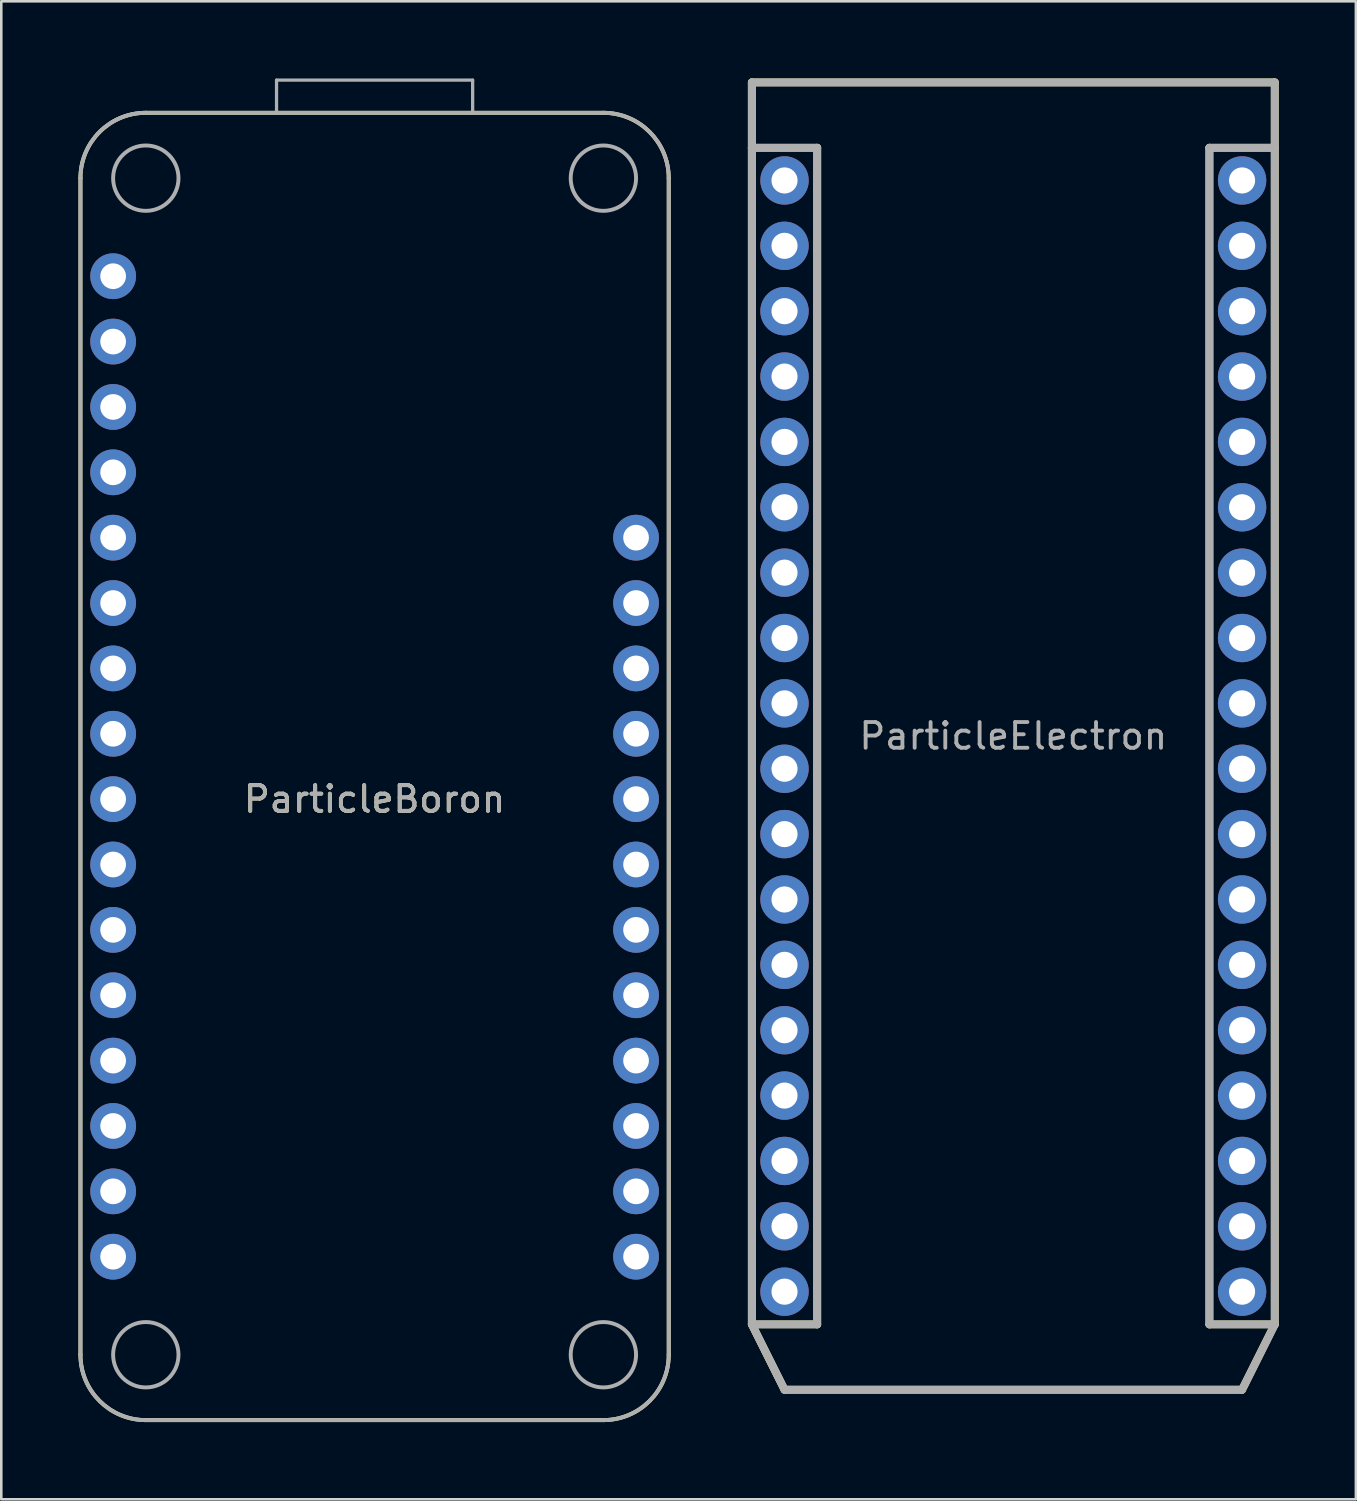
<source format=kicad_pcb>
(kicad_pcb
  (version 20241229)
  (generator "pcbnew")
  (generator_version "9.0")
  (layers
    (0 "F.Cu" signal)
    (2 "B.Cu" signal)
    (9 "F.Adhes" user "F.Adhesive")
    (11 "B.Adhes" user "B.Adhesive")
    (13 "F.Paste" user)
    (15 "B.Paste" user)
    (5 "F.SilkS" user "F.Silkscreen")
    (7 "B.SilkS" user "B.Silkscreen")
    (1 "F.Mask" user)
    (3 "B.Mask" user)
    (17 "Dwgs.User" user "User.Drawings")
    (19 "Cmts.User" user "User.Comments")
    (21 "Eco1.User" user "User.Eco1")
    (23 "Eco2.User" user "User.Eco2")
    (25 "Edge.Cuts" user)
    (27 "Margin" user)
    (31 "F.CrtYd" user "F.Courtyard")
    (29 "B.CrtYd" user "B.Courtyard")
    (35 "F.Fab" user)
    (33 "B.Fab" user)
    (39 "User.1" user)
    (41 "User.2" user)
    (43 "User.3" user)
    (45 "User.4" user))
  (footprint "ParticleElectron"
    (layer "F.Cu")
    (at 36.325 24.282)
    (property "Reference" "ParticleElectron" (at 0 1.27 0) (layer "F.Fab") (effects (font (size 1 1) (thickness 0.15))))
    (attr through_hole)
    (fp_line (start -10.16 -24.13) (end -10.16 -21.59) (stroke (width 0.305) (type solid)) (layer "F.SilkS"))
    (fp_line (start -10.16 -21.59) (end -10.16 24.13) (stroke (width 0.305) (type solid)) (layer "F.SilkS"))
    (fp_line (start -10.16 24.13) (end -8.89 26.67) (stroke (width 0.305) (type solid)) (layer "F.SilkS"))
    (fp_line (start -10.16 24.13) (end -7.62 24.13) (stroke (width 0.305) (type solid)) (layer "F.SilkS"))
    (fp_line (start -8.89 26.67) (end 8.89 26.67) (stroke (width 0.305) (type solid)) (layer "F.SilkS"))
    (fp_line (start -7.62 -21.59) (end -10.16 -21.59) (stroke (width 0.305) (type solid)) (layer "F.SilkS"))
    (fp_line (start -7.62 24.13) (end -7.62 -21.59) (stroke (width 0.305) (type solid)) (layer "F.SilkS"))
    (fp_line (start 7.62 -21.59) (end 10.16 -21.59) (stroke (width 0.305) (type solid)) (layer "F.SilkS"))
    (fp_line (start 7.62 24.13) (end 7.62 -21.59) (stroke (width 0.305) (type solid)) (layer "F.SilkS"))
    (fp_line (start 8.89 26.67) (end 10.16 24.13) (stroke (width 0.305) (type solid)) (layer "F.SilkS"))
    (fp_line (start 10.16 -24.13) (end -10.16 -24.13) (stroke (width 0.305) (type solid)) (layer "F.SilkS"))
    (fp_line (start 10.16 -21.59) (end 10.16 -24.13) (stroke (width 0.305) (type solid)) (layer "F.SilkS"))
    (fp_line (start 10.16 -21.59) (end 10.16 24.13) (stroke (width 0.305) (type solid)) (layer "F.SilkS"))
    (fp_line (start 10.16 24.13) (end 7.62 24.13) (stroke (width 0.305) (type solid)) (layer "F.SilkS"))
    (fp_line (start -10.16 -24.13) (end 10.16 -24.13) (stroke (width 0.305) (type solid)) (layer "F.Fab"))
    (fp_line (start -10.16 -21.59) (end -10.16 -24.13) (stroke (width 0.305) (type solid)) (layer "F.Fab"))
    (fp_line (start -10.16 -21.59) (end -7.62 -21.59) (stroke (width 0.305) (type solid)) (layer "F.Fab"))
    (fp_line (start -10.16 24.13) (end -10.16 -21.59) (stroke (width 0.305) (type solid)) (layer "F.Fab"))
    (fp_line (start -10.16 24.13) (end -8.89 26.67) (stroke (width 0.305) (type solid)) (layer "F.Fab"))
    (fp_line (start -8.89 26.67) (end 8.89 26.67) (stroke (width 0.305) (type solid)) (layer "F.Fab"))
    (fp_line (start -7.62 -21.59) (end -7.62 24.13) (stroke (width 0.305) (type solid)) (layer "F.Fab"))
    (fp_line (start -7.62 24.13) (end -10.16 24.13) (stroke (width 0.305) (type solid)) (layer "F.Fab"))
    (fp_line (start 7.62 -21.59) (end 10.16 -21.59) (stroke (width 0.305) (type solid)) (layer "F.Fab"))
    (fp_line (start 7.62 24.13) (end 7.62 -21.59) (stroke (width 0.305) (type solid)) (layer "F.Fab"))
    (fp_line (start 8.89 26.67) (end 10.16 24.13) (stroke (width 0.305) (type solid)) (layer "F.Fab"))
    (fp_line (start 10.16 -24.13) (end 10.16 -21.59) (stroke (width 0.305) (type solid)) (layer "F.Fab"))
    (fp_line (start 10.16 -21.59) (end 10.16 24.13) (stroke (width 0.305) (type solid)) (layer "F.Fab"))
    (fp_line (start 10.16 24.13) (end 7.62 24.13) (stroke (width 0.305) (type solid)) (layer "F.Fab"))
    (fp_poly (pts (xy -9.144 -20.574) (xy -8.636 -20.574) (xy -8.636 -20.066) (xy -9.144 -20.066)) (stroke (width 0.01) (type solid)) (fill no) (layer "F.Fab"))
    (fp_poly (pts (xy -9.144 -18.034) (xy -8.636 -18.034) (xy -8.636 -17.526) (xy -9.144 -17.526)) (stroke (width 0.01) (type solid)) (fill no) (layer "F.Fab"))
    (fp_poly (pts (xy -9.144 -15.494) (xy -8.636 -15.494) (xy -8.636 -14.986) (xy -9.144 -14.986)) (stroke (width 0.01) (type solid)) (fill no) (layer "F.Fab"))
    (fp_poly (pts (xy -9.144 -12.954) (xy -8.636 -12.954) (xy -8.636 -12.446) (xy -9.144 -12.446)) (stroke (width 0.01) (type solid)) (fill no) (layer "F.Fab"))
    (fp_poly (pts (xy -9.144 -10.414) (xy -8.636 -10.414) (xy -8.636 -9.906) (xy -9.144 -9.906)) (stroke (width 0.01) (type solid)) (fill no) (layer "F.Fab"))
    (fp_poly (pts (xy -9.144 -7.874) (xy -8.636 -7.874) (xy -8.636 -7.366) (xy -9.144 -7.366)) (stroke (width 0.01) (type solid)) (fill no) (layer "F.Fab"))
    (fp_poly (pts (xy -9.144 -5.334) (xy -8.636 -5.334) (xy -8.636 -4.826) (xy -9.144 -4.826)) (stroke (width 0.01) (type solid)) (fill no) (layer "F.Fab"))
    (fp_poly (pts (xy -9.144 -2.794) (xy -8.636 -2.794) (xy -8.636 -2.286) (xy -9.144 -2.286)) (stroke (width 0.01) (type solid)) (fill no) (layer "F.Fab"))
    (fp_poly (pts (xy -9.144 -0.254) (xy -8.636 -0.254) (xy -8.636 0.254) (xy -9.144 0.254)) (stroke (width 0.01) (type solid)) (fill no) (layer "F.Fab"))
    (fp_poly (pts (xy -9.144 2.286) (xy -8.636 2.286) (xy -8.636 2.794) (xy -9.144 2.794)) (stroke (width 0.01) (type solid)) (fill no) (layer "F.Fab"))
    (fp_poly (pts (xy -9.144 4.826) (xy -8.636 4.826) (xy -8.636 5.334) (xy -9.144 5.334)) (stroke (width 0.01) (type solid)) (fill no) (layer "F.Fab"))
    (fp_poly (pts (xy -9.144 7.366) (xy -8.636 7.366) (xy -8.636 7.874) (xy -9.144 7.874)) (stroke (width 0.01) (type solid)) (fill no) (layer "F.Fab"))
    (fp_poly (pts (xy -9.144 9.906) (xy -8.636 9.906) (xy -8.636 10.414) (xy -9.144 10.414)) (stroke (width 0.01) (type solid)) (fill no) (layer "F.Fab"))
    (fp_poly (pts (xy -9.144 12.446) (xy -8.636 12.446) (xy -8.636 12.954) (xy -9.144 12.954)) (stroke (width 0.01) (type solid)) (fill no) (layer "F.Fab"))
    (fp_poly (pts (xy -9.144 14.986) (xy -8.636 14.986) (xy -8.636 15.494) (xy -9.144 15.494)) (stroke (width 0.01) (type solid)) (fill no) (layer "F.Fab"))
    (fp_poly (pts (xy -9.144 17.526) (xy -8.636 17.526) (xy -8.636 18.034) (xy -9.144 18.034)) (stroke (width 0.01) (type solid)) (fill no) (layer "F.Fab"))
    (fp_poly (pts (xy -9.144 20.066) (xy -8.636 20.066) (xy -8.636 20.574) (xy -9.144 20.574)) (stroke (width 0.01) (type solid)) (fill no) (layer "F.Fab"))
    (fp_poly (pts (xy -9.144 22.606) (xy -8.636 22.606) (xy -8.636 23.114) (xy -9.144 23.114)) (stroke (width 0.01) (type solid)) (fill no) (layer "F.Fab"))
    (fp_poly (pts (xy 8.636 -20.574) (xy 9.144 -20.574) (xy 9.144 -20.066) (xy 8.636 -20.066)) (stroke (width 0.01) (type solid)) (fill no) (layer "F.Fab"))
    (fp_poly (pts (xy 8.636 -18.034) (xy 9.144 -18.034) (xy 9.144 -17.526) (xy 8.636 -17.526)) (stroke (width 0.01) (type solid)) (fill no) (layer "F.Fab"))
    (fp_poly (pts (xy 8.636 -15.494) (xy 9.144 -15.494) (xy 9.144 -14.986) (xy 8.636 -14.986)) (stroke (width 0.01) (type solid)) (fill no) (layer "F.Fab"))
    (fp_poly (pts (xy 8.636 -12.954) (xy 9.144 -12.954) (xy 9.144 -12.446) (xy 8.636 -12.446)) (stroke (width 0.01) (type solid)) (fill no) (layer "F.Fab"))
    (fp_poly (pts (xy 8.636 -10.414) (xy 9.144 -10.414) (xy 9.144 -9.906) (xy 8.636 -9.906)) (stroke (width 0.01) (type solid)) (fill no) (layer "F.Fab"))
    (fp_poly (pts (xy 8.636 -7.874) (xy 9.144 -7.874) (xy 9.144 -7.366) (xy 8.636 -7.366)) (stroke (width 0.01) (type solid)) (fill no) (layer "F.Fab"))
    (fp_poly (pts (xy 8.636 -5.334) (xy 9.144 -5.334) (xy 9.144 -4.826) (xy 8.636 -4.826)) (stroke (width 0.01) (type solid)) (fill no) (layer "F.Fab"))
    (fp_poly (pts (xy 8.636 -2.794) (xy 9.144 -2.794) (xy 9.144 -2.286) (xy 8.636 -2.286)) (stroke (width 0.01) (type solid)) (fill no) (layer "F.Fab"))
    (fp_poly (pts (xy 8.636 -0.254) (xy 9.144 -0.254) (xy 9.144 0.254) (xy 8.636 0.254)) (stroke (width 0.01) (type solid)) (fill no) (layer "F.Fab"))
    (fp_poly (pts (xy 8.636 2.286) (xy 9.144 2.286) (xy 9.144 2.794) (xy 8.636 2.794)) (stroke (width 0.01) (type solid)) (fill no) (layer "F.Fab"))
    (fp_poly (pts (xy 8.636 4.826) (xy 9.144 4.826) (xy 9.144 5.334) (xy 8.636 5.334)) (stroke (width 0.01) (type solid)) (fill no) (layer "F.Fab"))
    (fp_poly (pts (xy 8.636 7.366) (xy 9.144 7.366) (xy 9.144 7.874) (xy 8.636 7.874)) (stroke (width 0.01) (type solid)) (fill no) (layer "F.Fab"))
    (fp_poly (pts (xy 8.636 9.906) (xy 9.144 9.906) (xy 9.144 10.414) (xy 8.636 10.414)) (stroke (width 0.01) (type solid)) (fill no) (layer "F.Fab"))
    (fp_poly (pts (xy 8.636 12.446) (xy 9.144 12.446) (xy 9.144 12.954) (xy 8.636 12.954)) (stroke (width 0.01) (type solid)) (fill no) (layer "F.Fab"))
    (fp_poly (pts (xy 8.636 14.986) (xy 9.144 14.986) (xy 9.144 15.494) (xy 8.636 15.494)) (stroke (width 0.01) (type solid)) (fill no) (layer "F.Fab"))
    (fp_poly (pts (xy 8.636 17.526) (xy 9.144 17.526) (xy 9.144 18.034) (xy 8.636 18.034)) (stroke (width 0.01) (type solid)) (fill no) (layer "F.Fab"))
    (fp_poly (pts (xy 8.636 20.066) (xy 9.144 20.066) (xy 9.144 20.574) (xy 8.636 20.574)) (stroke (width 0.01) (type solid)) (fill no) (layer "F.Fab"))
    (fp_poly (pts (xy 8.636 22.606) (xy 9.144 22.606) (xy 9.144 23.114) (xy 8.636 23.114)) (stroke (width 0.01) (type solid)) (fill no) (layer "F.Fab"))
    (pad "1" thru_hole circle (at -8.89 -20.32) (size 1.88 1.88) (drill 1.016) (layers "*.Cu" "*.Mask"))
    (pad "2" thru_hole circle (at -8.89 -17.78) (size 1.88 1.88) (drill 1.016) (layers "*.Cu" "*.Mask"))
    (pad "3" thru_hole circle (at -8.89 -15.24) (size 1.88 1.88) (drill 1.016) (layers "*.Cu" "*.Mask"))
    (pad "4" thru_hole circle (at -8.89 -12.7) (size 1.88 1.88) (drill 1.016) (layers "*.Cu" "*.Mask"))
    (pad "5" thru_hole circle (at -8.89 -10.16) (size 1.88 1.88) (drill 1.016) (layers "*.Cu" "*.Mask"))
    (pad "6" thru_hole circle (at -8.89 -7.62) (size 1.88 1.88) (drill 1.016) (layers "*.Cu" "*.Mask"))
    (pad "7" thru_hole circle (at -8.89 -5.08) (size 1.88 1.88) (drill 1.016) (layers "*.Cu" "*.Mask"))
    (pad "8" thru_hole circle (at -8.89 -2.54) (size 1.88 1.88) (drill 1.016) (layers "*.Cu" "*.Mask"))
    (pad "9" thru_hole circle (at -8.89 0) (size 1.88 1.88) (drill 1.016) (layers "*.Cu" "*.Mask"))
    (pad "10" thru_hole circle (at -8.89 2.54) (size 1.88 1.88) (drill 1.016) (layers "*.Cu" "*.Mask"))
    (pad "11" thru_hole circle (at -8.89 5.08) (size 1.88 1.88) (drill 1.016) (layers "*.Cu" "*.Mask"))
    (pad "12" thru_hole circle (at -8.89 7.62) (size 1.88 1.88) (drill 1.016) (layers "*.Cu" "*.Mask"))
    (pad "13" thru_hole circle (at -8.89 10.16) (size 1.88 1.88) (drill 1.016) (layers "*.Cu" "*.Mask"))
    (pad "14" thru_hole circle (at -8.89 12.7) (size 1.88 1.88) (drill 1.016) (layers "*.Cu" "*.Mask"))
    (pad "15" thru_hole circle (at -8.89 15.24) (size 1.88 1.88) (drill 1.016) (layers "*.Cu" "*.Mask"))
    (pad "16" thru_hole circle (at -8.89 17.78) (size 1.88 1.88) (drill 1.016) (layers "*.Cu" "*.Mask"))
    (pad "17" thru_hole circle (at -8.89 20.32) (size 1.88 1.88) (drill 1.016) (layers "*.Cu" "*.Mask"))
    (pad "18" thru_hole circle (at -8.89 22.86) (size 1.88 1.88) (drill 1.016) (layers "*.Cu" "*.Mask"))
    (pad "19" thru_hole circle (at 8.89 22.86) (size 1.88 1.88) (drill 1.016) (layers "*.Cu" "*.Mask"))
    (pad "20" thru_hole circle (at 8.89 20.32) (size 1.88 1.88) (drill 1.016) (layers "*.Cu" "*.Mask"))
    (pad "21" thru_hole circle (at 8.89 17.78) (size 1.88 1.88) (drill 1.016) (layers "*.Cu" "*.Mask"))
    (pad "22" thru_hole circle (at 8.89 15.24) (size 1.88 1.88) (drill 1.016) (layers "*.Cu" "*.Mask"))
    (pad "23" thru_hole circle (at 8.89 12.7) (size 1.88 1.88) (drill 1.016) (layers "*.Cu" "*.Mask"))
    (pad "24" thru_hole circle (at 8.89 10.16) (size 1.88 1.88) (drill 1.016) (layers "*.Cu" "*.Mask"))
    (pad "25" thru_hole circle (at 8.89 7.62) (size 1.88 1.88) (drill 1.016) (layers "*.Cu" "*.Mask"))
    (pad "26" thru_hole circle (at 8.89 5.08) (size 1.88 1.88) (drill 1.016) (layers "*.Cu" "*.Mask"))
    (pad "27" thru_hole circle (at 8.89 2.54) (size 1.88 1.88) (drill 1.016) (layers "*.Cu" "*.Mask"))
    (pad "28" thru_hole circle (at 8.89 0) (size 1.88 1.88) (drill 1.016) (layers "*.Cu" "*.Mask"))
    (pad "29" thru_hole circle (at 8.89 -2.54) (size 1.88 1.88) (drill 1.016) (layers "*.Cu" "*.Mask"))
    (pad "30" thru_hole circle (at 8.89 -5.08) (size 1.88 1.88) (drill 1.016) (layers "*.Cu" "*.Mask"))
    (pad "31" thru_hole circle (at 8.89 -7.62) (size 1.88 1.88) (drill 1.016) (layers "*.Cu" "*.Mask"))
    (pad "32" thru_hole circle (at 8.89 -10.16) (size 1.88 1.88) (drill 1.016) (layers "*.Cu" "*.Mask"))
    (pad "33" thru_hole circle (at 8.89 -12.7) (size 1.88 1.88) (drill 1.016) (layers "*.Cu" "*.Mask"))
    (pad "34" thru_hole circle (at 8.89 -15.24) (size 1.88 1.88) (drill 1.016) (layers "*.Cu" "*.Mask"))
    (pad "35" thru_hole circle (at 8.89 -17.78) (size 1.88 1.88) (drill 1.016) (layers "*.Cu" "*.Mask"))
    (pad "36" thru_hole circle (at 8.89 -20.32) (size 1.88 1.88) (drill 1.016) (layers "*.Cu" "*.Mask")))
  (footprint "ParticleBoron"
    (layer "F.Cu")
    (at 11.506 28.003)
    (property "Reference" "ParticleBoron" (at 0 0 0) (layer "F.SilkS") (effects (font (size 1 1) (thickness 0.15))))
    (attr through_hole)
    (fp_line (start -11.43 -24.13) (end -11.43 21.59) (stroke (width 0.152) (type solid)) (layer "F.SilkS"))
    (fp_line (start -8.89 24.13) (end 8.89 24.13) (stroke (width 0.152) (type solid)) (layer "F.SilkS"))
    (fp_line (start 8.89 -26.67) (end -8.89 -26.67) (stroke (width 0.152) (type solid)) (layer "F.SilkS"))
    (fp_line (start 11.43 21.59) (end 11.43 -24.13) (stroke (width 0.152) (type solid)) (layer "F.SilkS"))
    (fp_arc (start -11.43 -24.13) (mid -10.686051 -25.926051) (end -8.89 -26.67) (stroke (width 0.1524) (type solid)) (layer "F.SilkS"))
    (fp_arc (start -8.89 24.13) (mid -10.686051 23.386051) (end -11.43 21.59) (stroke (width 0.1524) (type solid)) (layer "F.SilkS"))
    (fp_arc (start 8.89 -26.67) (mid 10.686051 -25.926051) (end 11.43 -24.13) (stroke (width 0.1524) (type solid)) (layer "F.SilkS"))
    (fp_arc (start 11.43 21.59) (mid 10.686051 23.386051) (end 8.89 24.13) (stroke (width 0.1524) (type solid)) (layer "F.SilkS"))
    (fp_line (start -11.43 21.59) (end -11.43 -24.13) (stroke (width 0.152) (type solid)) (layer "F.Fab"))
    (fp_line (start -8.89 -26.67) (end -3.81 -26.67) (stroke (width 0.152) (type solid)) (layer "F.Fab"))
    (fp_line (start -3.81 -27.94) (end 3.81 -27.94) (stroke (width 0.127) (type solid)) (layer "F.Fab"))
    (fp_line (start -3.81 -26.67) (end -3.81 -27.94) (stroke (width 0.127) (type solid)) (layer "F.Fab"))
    (fp_line (start -3.81 -26.67) (end 3.81 -26.67) (stroke (width 0.152) (type solid)) (layer "F.Fab"))
    (fp_line (start 3.81 -27.94) (end 3.81 -26.67) (stroke (width 0.127) (type solid)) (layer "F.Fab"))
    (fp_line (start 3.81 -26.67) (end 8.89 -26.67) (stroke (width 0.152) (type solid)) (layer "F.Fab"))
    (fp_line (start 8.89 24.13) (end -8.89 24.13) (stroke (width 0.152) (type solid)) (layer "F.Fab"))
    (fp_line (start 11.43 -24.13) (end 11.43 21.59) (stroke (width 0.152) (type solid)) (layer "F.Fab"))
    (fp_arc (start -11.43 -24.13) (mid -10.686051 -25.926051) (end -8.89 -26.67) (stroke (width 0.1524) (type solid)) (layer "F.Fab"))
    (fp_arc (start -8.89 24.13) (mid -10.686051 23.386051) (end -11.43 21.59) (stroke (width 0.1524) (type solid)) (layer "F.Fab"))
    (fp_arc (start 8.89 -26.67) (mid 10.686051 -25.926051) (end 11.43 -24.13) (stroke (width 0.1524) (type solid)) (layer "F.Fab"))
    (fp_arc (start 11.43 21.59) (mid 10.686051 23.386051) (end 8.89 24.13) (stroke (width 0.1524) (type solid)) (layer "F.Fab"))
    (fp_circle (center -8.89 -24.13) (end -7.62 -24.13) (stroke (width 0.152) (type solid)) (fill no) (layer "F.Fab"))
    (fp_circle (center -8.89 21.59) (end -7.62 21.59) (stroke (width 0.152) (type solid)) (fill no) (layer "F.Fab"))
    (fp_circle (center 8.89 -24.13) (end 10.16 -24.13) (stroke (width 0.152) (type solid)) (fill no) (layer "F.Fab"))
    (fp_circle (center 8.89 21.59) (end 10.16 21.59) (stroke (width 0.152) (type solid)) (fill no) (layer "F.Fab"))
    (fp_text user "${REFERENCE}" (at 0 0 180) (layer "F.Fab") (effects (font (size 1 1) (thickness 0.15))))
    (pad "1" thru_hole circle (at -10.16 -20.32) (size 1.778 1.778) (drill 1) (layers "*.Cu" "*.Mask"))
    (pad "2" thru_hole circle (at -10.16 -17.78) (size 1.778 1.778) (drill 1) (layers "*.Cu" "*.Mask"))
    (pad "3" thru_hole circle (at -10.16 -15.24) (size 1.778 1.778) (drill 1) (layers "*.Cu" "*.Mask"))
    (pad "4" thru_hole circle (at -10.16 -12.7) (size 1.778 1.778) (drill 1) (layers "*.Cu" "*.Mask"))
    (pad "5" thru_hole circle (at -10.16 -10.16) (size 1.778 1.778) (drill 1) (layers "*.Cu" "*.Mask"))
    (pad "6" thru_hole circle (at -10.16 -7.62) (size 1.778 1.778) (drill 1) (layers "*.Cu" "*.Mask"))
    (pad "7" thru_hole circle (at -10.16 -5.08) (size 1.778 1.778) (drill 1) (layers "*.Cu" "*.Mask"))
    (pad "8" thru_hole circle (at -10.16 -2.54) (size 1.778 1.778) (drill 1) (layers "*.Cu" "*.Mask"))
    (pad "9" thru_hole circle (at -10.16 0) (size 1.778 1.778) (drill 1) (layers "*.Cu" "*.Mask"))
    (pad "10" thru_hole circle (at -10.16 2.54) (size 1.778 1.778) (drill 1) (layers "*.Cu" "*.Mask"))
    (pad "11" thru_hole circle (at -10.16 5.08) (size 1.778 1.778) (drill 1) (layers "*.Cu" "*.Mask"))
    (pad "12" thru_hole circle (at -10.16 7.62) (size 1.778 1.778) (drill 1) (layers "*.Cu" "*.Mask"))
    (pad "13" thru_hole circle (at -10.16 10.16) (size 1.778 1.778) (drill 1) (layers "*.Cu" "*.Mask"))
    (pad "14" thru_hole circle (at -10.16 12.7) (size 1.778 1.778) (drill 1) (layers "*.Cu" "*.Mask"))
    (pad "15" thru_hole circle (at -10.16 15.24) (size 1.778 1.778) (drill 1) (layers "*.Cu" "*.Mask"))
    (pad "16" thru_hole circle (at -10.16 17.78) (size 1.778 1.778) (drill 1) (layers "*.Cu" "*.Mask"))
    (pad "17" thru_hole circle (at 10.16 17.78) (size 1.778 1.778) (drill 1) (layers "*.Cu" "*.Mask"))
    (pad "18" thru_hole circle (at 10.16 15.24) (size 1.778 1.778) (drill 1) (layers "*.Cu" "*.Mask"))
    (pad "19" thru_hole circle (at 10.16 12.7) (size 1.778 1.778) (drill 1) (layers "*.Cu" "*.Mask"))
    (pad "20" thru_hole circle (at 10.16 10.16) (size 1.778 1.778) (drill 1) (layers "*.Cu" "*.Mask"))
    (pad "21" thru_hole circle (at 10.16 7.62) (size 1.778 1.778) (drill 1) (layers "*.Cu" "*.Mask"))
    (pad "22" thru_hole circle (at 10.16 5.08) (size 1.778 1.778) (drill 1) (layers "*.Cu" "*.Mask"))
    (pad "23" thru_hole circle (at 10.16 2.54) (size 1.778 1.778) (drill 1) (layers "*.Cu" "*.Mask"))
    (pad "24" thru_hole circle (at 10.16 0) (size 1.778 1.778) (drill 1) (layers "*.Cu" "*.Mask"))
    (pad "25" thru_hole circle (at 10.16 -2.54) (size 1.778 1.778) (drill 1) (layers "*.Cu" "*.Mask"))
    (pad "26" thru_hole circle (at 10.16 -5.08) (size 1.778 1.778) (drill 1) (layers "*.Cu" "*.Mask"))
    (pad "27" thru_hole circle (at 10.16 -7.62) (size 1.778 1.778) (drill 1) (layers "*.Cu" "*.Mask"))
    (pad "28" thru_hole circle (at 10.16 -10.16) (size 1.778 1.778) (drill 1) (layers "*.Cu" "*.Mask")))
  (gr_rect
    (start -3 -3)
    (end 49.637 55.21)
    (stroke (width 0.1) (type default))
    (fill no)
    (layer "Edge.Cuts")))
</source>
